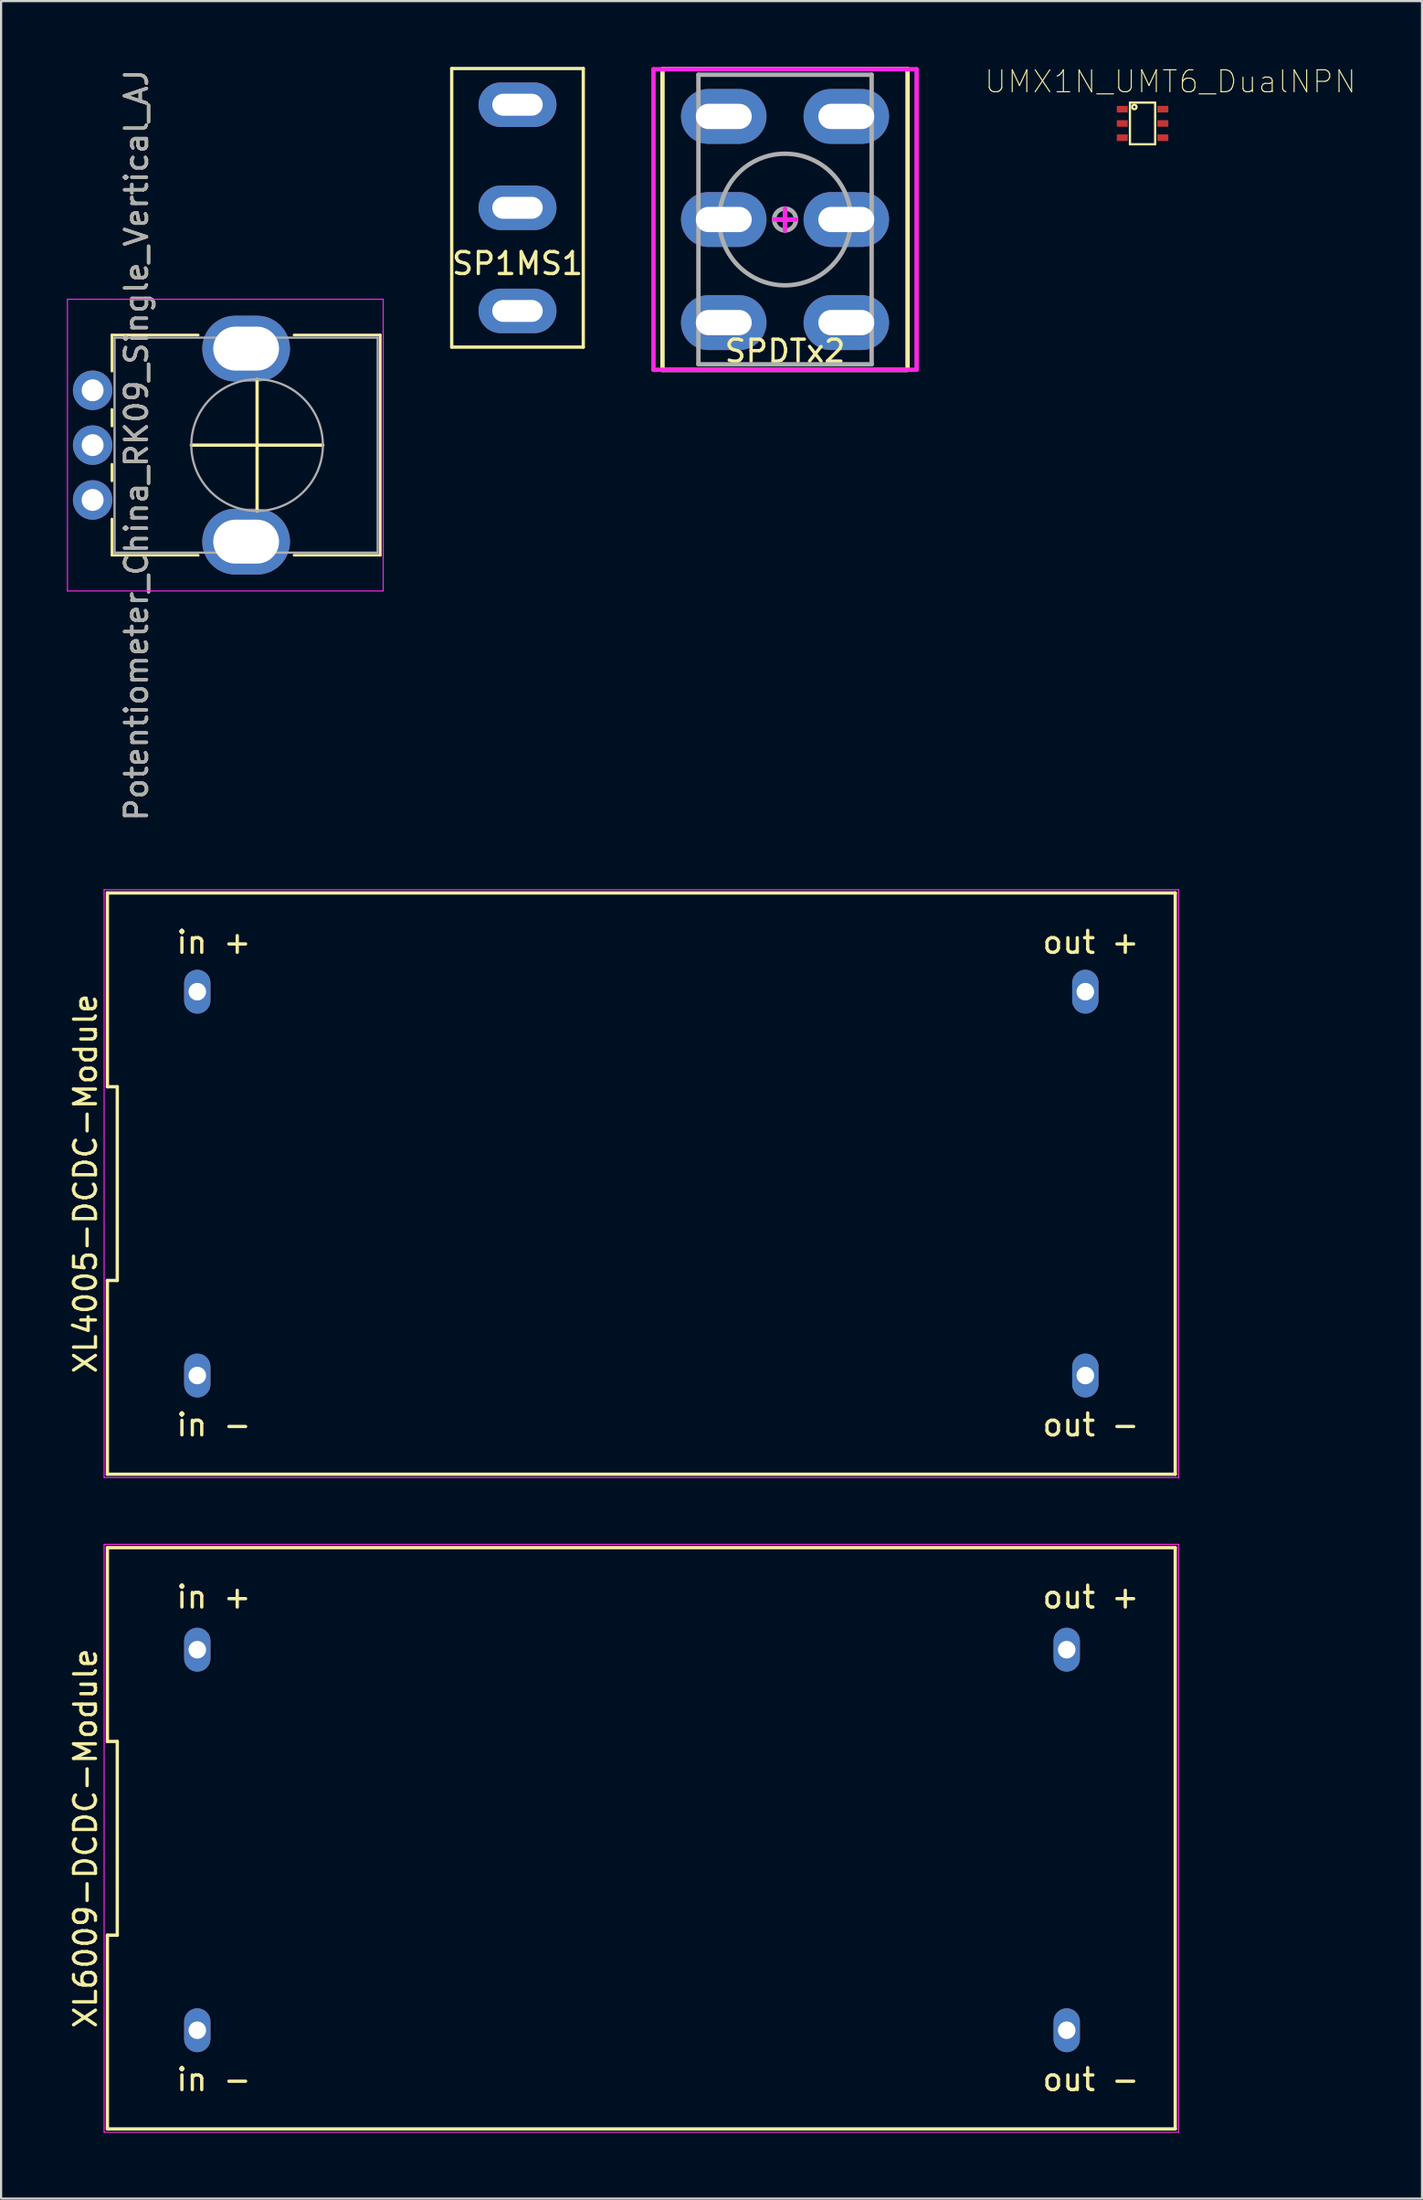
<source format=kicad_pcb>
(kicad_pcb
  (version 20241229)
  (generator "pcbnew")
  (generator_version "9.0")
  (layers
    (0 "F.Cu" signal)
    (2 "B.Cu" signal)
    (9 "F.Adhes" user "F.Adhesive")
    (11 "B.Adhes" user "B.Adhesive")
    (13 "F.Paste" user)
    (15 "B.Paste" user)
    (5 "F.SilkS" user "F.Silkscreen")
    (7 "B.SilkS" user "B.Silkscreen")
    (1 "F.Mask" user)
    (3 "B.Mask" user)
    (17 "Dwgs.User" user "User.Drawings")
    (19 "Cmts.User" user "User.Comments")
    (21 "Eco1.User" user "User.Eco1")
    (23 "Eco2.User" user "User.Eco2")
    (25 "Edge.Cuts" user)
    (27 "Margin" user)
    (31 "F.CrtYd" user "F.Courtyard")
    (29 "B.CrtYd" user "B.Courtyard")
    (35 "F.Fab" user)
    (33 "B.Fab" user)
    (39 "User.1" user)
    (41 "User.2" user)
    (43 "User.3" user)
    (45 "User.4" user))
  (footprint "SP1MS1"
    (layer "F.Cu")
    (at 20.551 6.425)
    (property "Reference" "SP1MS1" (at 0 2.54 0) (layer "F.SilkS") (effects (font (size 1 1) (thickness 0.15))))
    (attr through_hole)
    (fp_line (start -3 -6.35) (end 3 -6.35) (stroke (width 0.15) (type solid)) (layer "F.SilkS"))
    (fp_line (start -3 6.35) (end -3 -6.35) (stroke (width 0.15) (type solid)) (layer "F.SilkS"))
    (fp_line (start 3 -6.35) (end 3 6.35) (stroke (width 0.15) (type solid)) (layer "F.SilkS"))
    (fp_line (start 3 6.35) (end -3 6.35) (stroke (width 0.15) (type solid)) (layer "F.SilkS"))
    (pad "1" thru_hole oval (at 0 4.7) (size 3.556 2.032) (drill oval 2.3 1) (layers "*.Cu" "*.Mask"))
    (pad "2" thru_hole oval (at 0 0) (size 3.556 2.032) (drill oval 2.3 1) (layers "*.Cu" "*.Mask"))
    (pad "3" thru_hole oval (at 0 -4.7) (size 3.556 2.032) (drill oval 2.3 1) (layers "*.Cu" "*.Mask")))
  (footprint "SPDTx2"
    (layer "F.Cu")
    (at 32.752 6.958)
    (property "Reference" "SPDTx2" (at 0 6 0) (layer "F.SilkS") (effects (font (size 1 1) (thickness 0.15))))
    (attr through_hole)
    (fp_line (start -5.588 -6.842) (end -5.588 6.858) (stroke (width 0.2) (type solid)) (layer "F.SilkS"))
    (fp_line (start -5.588 6.858) (end 5.588 6.858) (stroke (width 0.2) (type solid)) (layer "F.SilkS"))
    (fp_line (start 5.588 -6.858) (end -5.588 -6.858) (stroke (width 0.2) (type solid)) (layer "F.SilkS"))
    (fp_line (start 5.588 6.842) (end 5.588 -6.858) (stroke (width 0.2) (type solid)) (layer "F.SilkS"))
    (fp_line (start -6 -6.85) (end -6 6.85) (stroke (width 0.2) (type solid)) (layer "F.CrtYd"))
    (fp_line (start -6 6.85) (end 6 6.85) (stroke (width 0.2) (type solid)) (layer "F.CrtYd"))
    (fp_line (start -0.5 0) (end 0.5 0) (stroke (width 0.2) (type solid)) (layer "F.CrtYd"))
    (fp_line (start 0 0.5) (end 0 -0.5) (stroke (width 0.2) (type solid)) (layer "F.CrtYd"))
    (fp_line (start 6 -6.85) (end -6 -6.85) (stroke (width 0.2) (type solid)) (layer "F.CrtYd"))
    (fp_line (start 6 6.85) (end 6 -6.85) (stroke (width 0.2) (type solid)) (layer "F.CrtYd"))
    (fp_line (start -3.95 -6.6) (end -3.95 6.6) (stroke (width 0.2) (type solid)) (layer "F.Fab"))
    (fp_line (start -3.95 6.6) (end 3.95 6.6) (stroke (width 0.2) (type solid)) (layer "F.Fab"))
    (fp_line (start -0.5 0) (end 0.5 0) (stroke (width 0.2) (type solid)) (layer "F.Fab"))
    (fp_line (start 0 0.5) (end 0 -0.5) (stroke (width 0.2) (type solid)) (layer "F.Fab"))
    (fp_line (start 3.95 -6.6) (end -3.95 -6.6) (stroke (width 0.2) (type solid)) (layer "F.Fab"))
    (fp_line (start 3.95 6.6) (end 3.95 -6.6) (stroke (width 0.2) (type solid)) (layer "F.Fab"))
    (fp_circle (center 0 0) (end 0.5 0) (stroke (width 0.2) (type solid)) (fill no) (layer "F.Fab"))
    (fp_circle (center 0 0) (end 3 0) (stroke (width 0.2) (type solid)) (fill no) (layer "F.Fab"))
    (pad "1" thru_hole oval (at -2.794 4.7) (size 3.9 2.5) (drill oval 2.55 1.15) (layers "*.Cu" "*.Mask"))
    (pad "2" thru_hole oval (at -2.794 0) (size 3.9 2.5) (drill oval 2.55 1.15) (layers "*.Cu" "*.Mask"))
    (pad "3" thru_hole oval (at -2.794 -4.7) (size 3.9 2.5) (drill oval 2.55 1.15) (layers "*.Cu" "*.Mask"))
    (pad "4" thru_hole oval (at 2.794 4.7) (size 3.9 2.5) (drill oval 2.55 1.15) (layers "*.Cu" "*.Mask"))
    (pad "5" thru_hole oval (at 2.794 0) (size 3.9 2.5) (drill oval 2.55 1.15) (layers "*.Cu" "*.Mask"))
    (pad "6" thru_hole oval (at 2.794 -4.7) (size 3.9 2.5) (drill oval 2.55 1.15) (layers "*.Cu" "*.Mask")))
  (footprint "UMX1N_UMT6_DualNPN"
    (layer "F.Cu")
    (at 49.057 2.578)
    (property "Reference" "UMX1N_UMT6_DualNPN" (at 1.27 -1.905 0) (layer "F.SilkS") (effects (font (size 1 1) (thickness 0.05))))
    (attr smd)
    (fp_poly (pts (xy -1.225 -0.85) (xy -0.6 -0.85) (xy -0.6 -0.45) (xy -1.225 -0.45)) (stroke (width 0) (type solid)) (fill yes) (layer "F.Mask"))
    (fp_poly (pts (xy -1.225 -0.2) (xy -0.6 -0.2) (xy -0.6 0.2) (xy -1.225 0.2)) (stroke (width 0) (type solid)) (fill yes) (layer "F.Mask"))
    (fp_poly (pts (xy -1.225 0.45) (xy -0.6 0.45) (xy -0.6 0.85) (xy -1.225 0.85)) (stroke (width 0) (type solid)) (fill yes) (layer "F.Mask"))
    (fp_poly (pts (xy 1.225 -0.45) (xy 0.6 -0.45) (xy 0.6 -0.85) (xy 1.225 -0.85)) (stroke (width 0) (type solid)) (fill yes) (layer "F.Mask"))
    (fp_poly (pts (xy 1.225 0.2) (xy 0.6 0.2) (xy 0.6 -0.2) (xy 1.225 -0.2)) (stroke (width 0) (type solid)) (fill yes) (layer "F.Mask"))
    (fp_poly (pts (xy 1.225 0.85) (xy 0.6 0.85) (xy 0.6 0.45) (xy 1.225 0.45)) (stroke (width 0) (type solid)) (fill yes) (layer "F.Mask"))
    (fp_line (start -0.575 -0.95) (end 0.575 -0.95) (stroke (width 0.102) (type solid)) (layer "F.SilkS"))
    (fp_line (start -0.575 0.95) (end -0.575 -0.95) (stroke (width 0.102) (type solid)) (layer "F.SilkS"))
    (fp_line (start 0.575 -0.95) (end 0.575 0.95) (stroke (width 0.102) (type solid)) (layer "F.SilkS"))
    (fp_line (start 0.575 0.95) (end -0.575 0.95) (stroke (width 0.102) (type solid)) (layer "F.SilkS"))
    (fp_circle (center -0.375 -0.75) (end -0.272 -0.75) (stroke (width 0.1) (type solid)) (fill no) (layer "F.SilkS"))
    (fp_poly (pts (xy -1.15 -0.775) (xy -0.7 -0.775) (xy -0.7 -0.525) (xy -1.15 -0.525)) (stroke (width 0) (type solid)) (fill yes) (layer "F.Paste"))
    (fp_poly (pts (xy -1.15 -0.125) (xy -0.7 -0.125) (xy -0.7 0.125) (xy -1.15 0.125)) (stroke (width 0) (type solid)) (fill yes) (layer "F.Paste"))
    (fp_poly (pts (xy -1.15 0.525) (xy -0.7 0.525) (xy -0.7 0.775) (xy -1.15 0.775)) (stroke (width 0) (type solid)) (fill yes) (layer "F.Paste"))
    (fp_poly (pts (xy 1.15 -0.525) (xy 0.7 -0.525) (xy 0.7 -0.775) (xy 1.15 -0.775)) (stroke (width 0) (type solid)) (fill yes) (layer "F.Paste"))
    (fp_poly (pts (xy 1.15 0.125) (xy 0.7 0.125) (xy 0.7 -0.125) (xy 1.15 -0.125)) (stroke (width 0) (type solid)) (fill yes) (layer "F.Paste"))
    (fp_poly (pts (xy 1.15 0.775) (xy 0.7 0.775) (xy 0.7 0.525) (xy 1.15 0.525)) (stroke (width 0) (type solid)) (fill yes) (layer "F.Paste"))
    (fp_poly (pts (xy -1.05 -0.75) (xy -0.575 -0.75) (xy -0.575 -0.55) (xy -1.05 -0.55)) (stroke (width 0.1) (type solid)) (fill no) (layer "Eco2.User"))
    (fp_poly (pts (xy -1.05 -0.1) (xy -0.575 -0.1) (xy -0.575 0.1) (xy -1.05 0.1)) (stroke (width 0.1) (type solid)) (fill no) (layer "Eco2.User"))
    (fp_poly (pts (xy -1.05 0.55) (xy -0.575 0.55) (xy -0.575 0.75) (xy -1.05 0.75)) (stroke (width 0.1) (type solid)) (fill no) (layer "Eco2.User"))
    (fp_poly (pts (xy 1.05 -0.55) (xy 0.575 -0.55) (xy 0.575 -0.75) (xy 1.05 -0.75)) (stroke (width 0.1) (type solid)) (fill no) (layer "Eco2.User"))
    (fp_poly (pts (xy 1.05 0.1) (xy 0.575 0.1) (xy 0.575 -0.1) (xy 1.05 -0.1)) (stroke (width 0.1) (type solid)) (fill no) (layer "Eco2.User"))
    (fp_poly (pts (xy 1.05 0.75) (xy 0.575 0.75) (xy 0.575 0.55) (xy 1.05 0.55)) (stroke (width 0.1) (type solid)) (fill no) (layer "Eco2.User"))
    (pad "1" smd rect (at -0.925 -0.65) (size 0.5 0.3) (layers "F.Cu" "F.Mask" "F.Paste"))
    (pad "2" smd rect (at -0.925 0) (size 0.5 0.3) (layers "F.Cu" "F.Mask" "F.Paste"))
    (pad "3" smd rect (at -0.925 0.65) (size 0.5 0.3) (layers "F.Cu" "F.Mask" "F.Paste"))
    (pad "4" smd rect (at 0.925 0.65 180) (size 0.5 0.3) (layers "F.Cu" "F.Mask" "F.Paste"))
    (pad "5" smd rect (at 0.925 0 180) (size 0.5 0.3) (layers "F.Cu" "F.Mask" "F.Paste"))
    (pad "6" smd rect (at 0.925 -0.65 180) (size 0.5 0.3) (layers "F.Cu" "F.Mask" "F.Paste")))
  (footprint "XL4005-DCDC-Module"
    (layer "F.Cu")
    (at 26.198 50.913)
    (property "Reference" "XL4005-DCDC-Module" (at -25.35 0 90) (layer "F.SilkS") (effects (font (size 1 1) (thickness 0.15))))
    (attr through_hole)
    (fp_line (start -24.35 -13.25) (end -24.35 -4.417) (stroke (width 0.15) (type solid)) (layer "F.SilkS"))
    (fp_line (start -24.35 -4.417) (end -23.9 -4.417) (stroke (width 0.15) (type solid)) (layer "F.SilkS"))
    (fp_line (start -24.35 4.417) (end -24.35 13.25) (stroke (width 0.15) (type solid)) (layer "F.SilkS"))
    (fp_line (start -24.35 13.25) (end 24.35 13.25) (stroke (width 0.15) (type solid)) (layer "F.SilkS"))
    (fp_line (start -23.9 -4.417) (end -23.9 4.417) (stroke (width 0.15) (type solid)) (layer "F.SilkS"))
    (fp_line (start -23.9 4.417) (end -24.35 4.417) (stroke (width 0.15) (type solid)) (layer "F.SilkS"))
    (fp_line (start 24.35 -13.25) (end -24.35 -13.25) (stroke (width 0.15) (type solid)) (layer "F.SilkS"))
    (fp_line (start 24.35 13.25) (end 24.35 -13.25) (stroke (width 0.15) (type solid)) (layer "F.SilkS"))
    (fp_line (start -24.5 -13.4) (end 24.5 -13.4) (stroke (width 0.05) (type solid)) (layer "F.CrtYd"))
    (fp_line (start -24.5 13.4) (end -24.5 -13.4) (stroke (width 0.05) (type solid)) (layer "F.CrtYd"))
    (fp_line (start 24.5 -13.4) (end 24.5 13.4) (stroke (width 0.05) (type solid)) (layer "F.CrtYd"))
    (fp_line (start 24.5 13.4) (end -24.5 13.4) (stroke (width 0.05) (type solid)) (layer "F.CrtYd"))
    (fp_text user "out +" (at 20.5 -11 0) (layer "F.SilkS") (effects (font (size 1 1) (thickness 0.15))))
    (fp_text user "out -" (at 20.5 11 0) (layer "F.SilkS") (effects (font (size 1 1) (thickness 0.15))))
    (fp_text user "in -" (at -19.5 11 0) (layer "F.SilkS") (effects (font (size 1 1) (thickness 0.15))))
    (fp_text user "in +" (at -19.5 -11 0) (layer "F.SilkS") (effects (font (size 1 1) (thickness 0.15))))
    (pad "1" thru_hole oval (at -20.25 8.75) (size 1.2 2) (drill 0.8) (layers "*.Cu" "*.Mask"))
    (pad "2" thru_hole oval (at -20.25 -8.75) (size 1.2 2) (drill 0.8) (layers "*.Cu" "*.Mask"))
    (pad "3" thru_hole oval (at 20.25 8.75) (size 1.2 2) (drill 0.8) (layers "*.Cu" "*.Mask"))
    (pad "4" thru_hole oval (at 20.25 -8.75) (size 1.2 2) (drill 0.8) (layers "*.Cu" "*.Mask")))
  (footprint "XL6009-DCDC-Module"
    (layer "F.Cu")
    (at 26.198 80.763)
    (property "Reference" "XL6009-DCDC-Module" (at -25.35 0 90) (layer "F.SilkS") (effects (font (size 1 1) (thickness 0.15))))
    (attr through_hole)
    (fp_line (start -24.35 -13.25) (end -24.35 -4.417) (stroke (width 0.15) (type solid)) (layer "F.SilkS"))
    (fp_line (start -24.35 -4.417) (end -23.9 -4.417) (stroke (width 0.15) (type solid)) (layer "F.SilkS"))
    (fp_line (start -24.35 4.417) (end -24.35 13.25) (stroke (width 0.15) (type solid)) (layer "F.SilkS"))
    (fp_line (start -24.35 13.25) (end 24.35 13.25) (stroke (width 0.15) (type solid)) (layer "F.SilkS"))
    (fp_line (start -23.9 -4.417) (end -23.9 4.417) (stroke (width 0.15) (type solid)) (layer "F.SilkS"))
    (fp_line (start -23.9 4.417) (end -24.35 4.417) (stroke (width 0.15) (type solid)) (layer "F.SilkS"))
    (fp_line (start 24.35 -13.25) (end -24.35 -13.25) (stroke (width 0.15) (type solid)) (layer "F.SilkS"))
    (fp_line (start 24.35 13.25) (end 24.35 -13.25) (stroke (width 0.15) (type solid)) (layer "F.SilkS"))
    (fp_line (start -24.5 -13.4) (end 24.5 -13.4) (stroke (width 0.05) (type solid)) (layer "F.CrtYd"))
    (fp_line (start -24.5 13.4) (end -24.5 -13.4) (stroke (width 0.05) (type solid)) (layer "F.CrtYd"))
    (fp_line (start 24.5 -13.4) (end 24.5 13.4) (stroke (width 0.05) (type solid)) (layer "F.CrtYd"))
    (fp_line (start 24.5 13.4) (end -24.5 13.4) (stroke (width 0.05) (type solid)) (layer "F.CrtYd"))
    (fp_text user "in +" (at -19.5 -11 0) (layer "F.SilkS") (effects (font (size 1 1) (thickness 0.15))))
    (fp_text user "out +" (at 20.5 -11 0) (layer "F.SilkS") (effects (font (size 1 1) (thickness 0.15))))
    (fp_text user "out -" (at 20.5 11 0) (layer "F.SilkS") (effects (font (size 1 1) (thickness 0.15))))
    (fp_text user "in -" (at -19.5 11 0) (layer "F.SilkS") (effects (font (size 1 1) (thickness 0.15))))
    (pad "1" thru_hole oval (at -20.25 8.75) (size 1.2 2) (drill 0.8) (layers "*.Cu" "*.Mask"))
    (pad "2" thru_hole oval (at -20.25 -8.6) (size 1.2 2) (drill 0.8) (layers "*.Cu" "*.Mask"))
    (pad "3" thru_hole oval (at 19.4 8.75) (size 1.2 2) (drill 0.8) (layers "*.Cu" "*.Mask"))
    (pad "4" thru_hole oval (at 19.4 -8.6) (size 1.2 2) (drill 0.8) (layers "*.Cu" "*.Mask")))
  (footprint "Potentiometer_China_RK09_Single_Vertical_AJ"
    (layer "F.Cu")
    (at 1.175 19.744)
    (property "Reference" "Potentiometer_China_RK09_Single_Vertical_AJ" (at 2 -2.5 90) (layer "F.SilkS") (effects (font (size 1 1) (thickness 0.15))))
    (attr through_hole)
    (fp_line (start 0.88 -7.521) (end 0.88 -5.871) (stroke (width 0.12) (type solid)) (layer "F.SilkS"))
    (fp_line (start 0.88 -7.521) (end 4.817 -7.521) (stroke (width 0.12) (type solid)) (layer "F.SilkS"))
    (fp_line (start 0.88 -4.129) (end 0.88 -3.37) (stroke (width 0.12) (type solid)) (layer "F.SilkS"))
    (fp_line (start 0.88 -1.629) (end 0.88 -0.87) (stroke (width 0.12) (type solid)) (layer "F.SilkS"))
    (fp_line (start 0.88 0.87) (end 0.88 2.52) (stroke (width 0.12) (type solid)) (layer "F.SilkS"))
    (fp_line (start 0.88 2.52) (end 4.817 2.52) (stroke (width 0.12) (type solid)) (layer "F.SilkS"))
    (fp_line (start 4.5 -2.5) (end 10.5 -2.5) (stroke (width 0.15) (type solid)) (layer "F.SilkS"))
    (fp_line (start 7.5 0.5) (end 7.5 -5.5) (stroke (width 0.15) (type solid)) (layer "F.SilkS"))
    (fp_line (start 9.184 -7.521) (end 13.12 -7.521) (stroke (width 0.12) (type solid)) (layer "F.SilkS"))
    (fp_line (start 9.184 2.52) (end 13.12 2.52) (stroke (width 0.12) (type solid)) (layer "F.SilkS"))
    (fp_line (start 13.12 -7.521) (end 13.12 2.52) (stroke (width 0.12) (type solid)) (layer "F.SilkS"))
    (fp_line (start -1.15 -9.15) (end -1.15 4.15) (stroke (width 0.05) (type solid)) (layer "F.CrtYd"))
    (fp_line (start -1.15 4.15) (end 13.25 4.15) (stroke (width 0.05) (type solid)) (layer "F.CrtYd"))
    (fp_line (start 13.25 -9.15) (end -1.15 -9.15) (stroke (width 0.05) (type solid)) (layer "F.CrtYd"))
    (fp_line (start 13.25 4.15) (end 13.25 -9.15) (stroke (width 0.05) (type solid)) (layer "F.CrtYd"))
    (fp_line (start 1 -7.4) (end 1 2.4) (stroke (width 0.1) (type solid)) (layer "F.Fab"))
    (fp_line (start 1 2.4) (end 13 2.4) (stroke (width 0.1) (type solid)) (layer "F.Fab"))
    (fp_line (start 13 -7.4) (end 1 -7.4) (stroke (width 0.1) (type solid)) (layer "F.Fab"))
    (fp_line (start 13 2.4) (end 13 -7.4) (stroke (width 0.1) (type solid)) (layer "F.Fab"))
    (fp_circle (center 7.5 -2.5) (end 10.5 -2.5) (stroke (width 0.1) (type solid)) (fill no) (layer "F.Fab"))
    (fp_text user "${REFERENCE}" (at 2 -2.5 90) (layer "F.Fab") (effects (font (size 1 1) (thickness 0.15))))
    (pad "" np_thru_hole oval (at 7 -6.9) (size 4 3) (drill oval 3 2) (layers "*.Cu" "*.Mask"))
    (pad "" np_thru_hole oval (at 7 1.9) (size 4 3) (drill oval 3 2) (layers "*.Cu" "*.Mask"))
    (pad "1" thru_hole circle (at 0 0) (size 1.8 1.8) (drill 1) (layers "*.Cu" "*.Mask"))
    (pad "2" thru_hole circle (at 0 -2.5) (size 1.8 1.8) (drill 1) (layers "*.Cu" "*.Mask"))
    (pad "3" thru_hole circle (at 0 -5) (size 1.8 1.8) (drill 1) (layers "*.Cu" "*.Mask")))
  (gr_rect
    (start -3 -3)
    (end 61.802 97.188)
    (stroke (width 0.1) (type default))
    (fill no)
    (layer "Edge.Cuts")))
</source>
